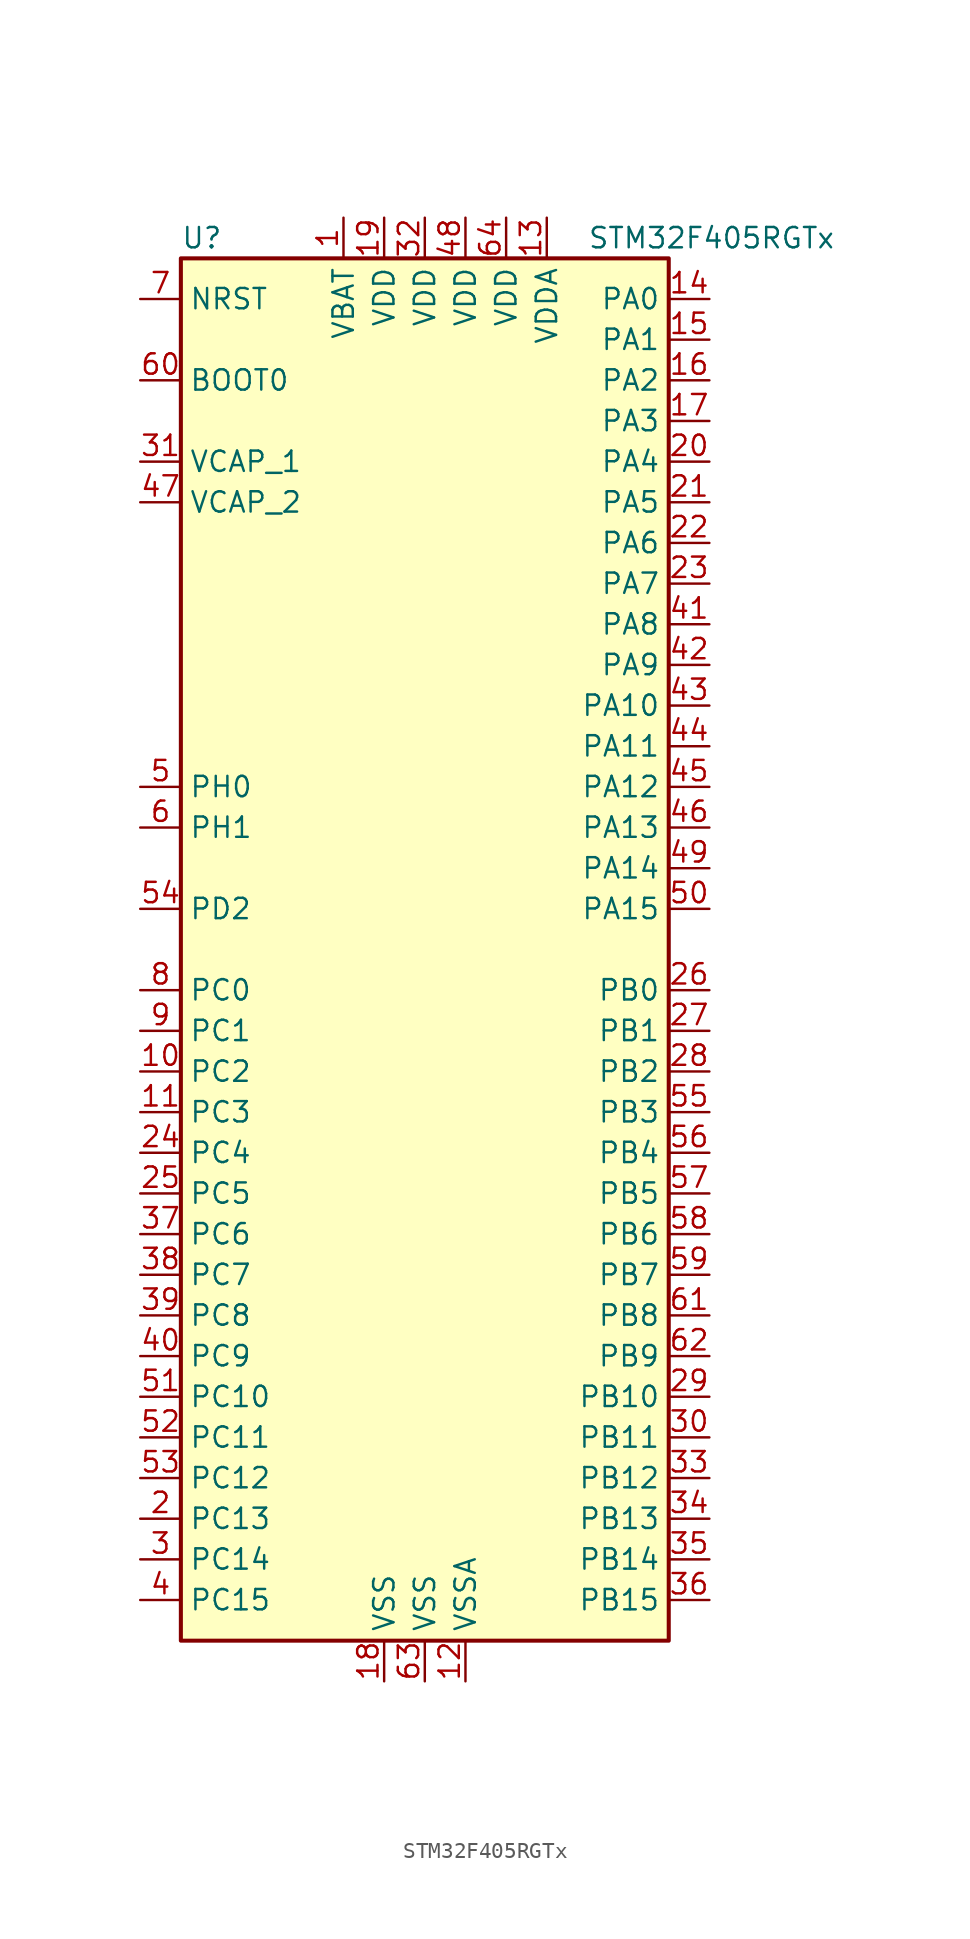
<source format=kicad_sym>
(kicad_symbol_lib
  (version 20220914)
  (generator kicad_symbol_editor)
  (symbol "STM32F405RGTx"
    (property "Reference" "U"
      (at -15.24 44.45 0)
      (effects (font (size 1.27 1.27)) (justify left)))
    (property "Value" "STM32F405RGTx"
      (at 10.16 44.45 0)
      (effects (font (size 1.27 1.27)) (justify left)))
    (symbol "STM32F405RGTx_0_1"
      (rectangle (start -15.24 -43.18) (end 15.24 43.18) (stroke (width 0.254) (type default)) (fill (type background))))
    (symbol "STM32F405RGTx_1_1"
      (pin power_in line (at -5.08 45.72 270) (length 2.54) (name "VBAT" (effects (font (size 1.27 1.27)))) (number "1" (effects (font (size 1.27 1.27)))))
      (pin bidirectional line (at -17.78 -7.62 0) (length 2.54) (name "PC2" (effects (font (size 1.27 1.27)))) (number "10" (effects (font (size 1.27 1.27)))))
      (pin bidirectional line (at -17.78 -10.16 0) (length 2.54) (name "PC3" (effects (font (size 1.27 1.27)))) (number "11" (effects (font (size 1.27 1.27)))))
      (pin power_in line (at 2.54 -45.72 90) (length 2.54) (name "VSSA" (effects (font (size 1.27 1.27)))) (number "12" (effects (font (size 1.27 1.27)))))
      (pin power_in line (at 7.62 45.72 270) (length 2.54) (name "VDDA" (effects (font (size 1.27 1.27)))) (number "13" (effects (font (size 1.27 1.27)))))
      (pin bidirectional line (at 17.78 40.64 180) (length 2.54) (name "PA0" (effects (font (size 1.27 1.27)))) (number "14" (effects (font (size 1.27 1.27)))))
      (pin bidirectional line (at 17.78 38.1 180) (length 2.54) (name "PA1" (effects (font (size 1.27 1.27)))) (number "15" (effects (font (size 1.27 1.27)))))
      (pin bidirectional line (at 17.78 35.56 180) (length 2.54) (name "PA2" (effects (font (size 1.27 1.27)))) (number "16" (effects (font (size 1.27 1.27)))))
      (pin bidirectional line (at 17.78 33.02 180) (length 2.54) (name "PA3" (effects (font (size 1.27 1.27)))) (number "17" (effects (font (size 1.27 1.27)))))
      (pin power_in line (at -2.54 -45.72 90) (length 2.54) (name "VSS" (effects (font (size 1.27 1.27)))) (number "18" (effects (font (size 1.27 1.27)))))
      (pin power_in line (at -2.54 45.72 270) (length 2.54) (name "VDD" (effects (font (size 1.27 1.27)))) (number "19" (effects (font (size 1.27 1.27)))))
      (pin bidirectional line (at -17.78 -35.56 0) (length 2.54) (name "PC13" (effects (font (size 1.27 1.27)))) (number "2" (effects (font (size 1.27 1.27)))))
      (pin bidirectional line (at 17.78 30.48 180) (length 2.54) (name "PA4" (effects (font (size 1.27 1.27)))) (number "20" (effects (font (size 1.27 1.27)))))
      (pin bidirectional line (at 17.78 27.94 180) (length 2.54) (name "PA5" (effects (font (size 1.27 1.27)))) (number "21" (effects (font (size 1.27 1.27)))))
      (pin bidirectional line (at 17.78 25.4 180) (length 2.54) (name "PA6" (effects (font (size 1.27 1.27)))) (number "22" (effects (font (size 1.27 1.27)))))
      (pin bidirectional line (at 17.78 22.86 180) (length 2.54) (name "PA7" (effects (font (size 1.27 1.27)))) (number "23" (effects (font (size 1.27 1.27)))))
      (pin bidirectional line (at -17.78 -12.7 0) (length 2.54) (name "PC4" (effects (font (size 1.27 1.27)))) (number "24" (effects (font (size 1.27 1.27)))))
      (pin bidirectional line (at -17.78 -15.24 0) (length 2.54) (name "PC5" (effects (font (size 1.27 1.27)))) (number "25" (effects (font (size 1.27 1.27)))))
      (pin bidirectional line (at 17.78 -2.54 180) (length 2.54) (name "PB0" (effects (font (size 1.27 1.27)))) (number "26" (effects (font (size 1.27 1.27)))))
      (pin bidirectional line (at 17.78 -5.08 180) (length 2.54) (name "PB1" (effects (font (size 1.27 1.27)))) (number "27" (effects (font (size 1.27 1.27)))))
      (pin bidirectional line (at 17.78 -7.62 180) (length 2.54) (name "PB2" (effects (font (size 1.27 1.27)))) (number "28" (effects (font (size 1.27 1.27)))))
      (pin bidirectional line (at 17.78 -27.94 180) (length 2.54) (name "PB10" (effects (font (size 1.27 1.27)))) (number "29" (effects (font (size 1.27 1.27)))))
      (pin bidirectional line (at -17.78 -38.1 0) (length 2.54) (name "PC14" (effects (font (size 1.27 1.27)))) (number "3" (effects (font (size 1.27 1.27)))))
      (pin bidirectional line (at 17.78 -30.48 180) (length 2.54) (name "PB11" (effects (font (size 1.27 1.27)))) (number "30" (effects (font (size 1.27 1.27)))))
      (pin power_in line (at -17.78 30.48 0) (length 2.54) (name "VCAP_1" (effects (font (size 1.27 1.27)))) (number "31" (effects (font (size 1.27 1.27)))))
      (pin power_in line (at 0 45.72 270) (length 2.54) (name "VDD" (effects (font (size 1.27 1.27)))) (number "32" (effects (font (size 1.27 1.27)))))
      (pin bidirectional line (at 17.78 -33.02 180) (length 2.54) (name "PB12" (effects (font (size 1.27 1.27)))) (number "33" (effects (font (size 1.27 1.27)))))
      (pin bidirectional line (at 17.78 -35.56 180) (length 2.54) (name "PB13" (effects (font (size 1.27 1.27)))) (number "34" (effects (font (size 1.27 1.27)))))
      (pin bidirectional line (at 17.78 -38.1 180) (length 2.54) (name "PB14" (effects (font (size 1.27 1.27)))) (number "35" (effects (font (size 1.27 1.27)))))
      (pin bidirectional line (at 17.78 -40.64 180) (length 2.54) (name "PB15" (effects (font (size 1.27 1.27)))) (number "36" (effects (font (size 1.27 1.27)))))
      (pin bidirectional line (at -17.78 -17.78 0) (length 2.54) (name "PC6" (effects (font (size 1.27 1.27)))) (number "37" (effects (font (size 1.27 1.27)))))
      (pin bidirectional line (at -17.78 -20.32 0) (length 2.54) (name "PC7" (effects (font (size 1.27 1.27)))) (number "38" (effects (font (size 1.27 1.27)))))
      (pin bidirectional line (at -17.78 -22.86 0) (length 2.54) (name "PC8" (effects (font (size 1.27 1.27)))) (number "39" (effects (font (size 1.27 1.27)))))
      (pin bidirectional line (at -17.78 -40.64 0) (length 2.54) (name "PC15" (effects (font (size 1.27 1.27)))) (number "4" (effects (font (size 1.27 1.27)))))
      (pin bidirectional line (at -17.78 -25.4 0) (length 2.54) (name "PC9" (effects (font (size 1.27 1.27)))) (number "40" (effects (font (size 1.27 1.27)))))
      (pin bidirectional line (at 17.78 20.32 180) (length 2.54) (name "PA8" (effects (font (size 1.27 1.27)))) (number "41" (effects (font (size 1.27 1.27)))))
      (pin bidirectional line (at 17.78 17.78 180) (length 2.54) (name "PA9" (effects (font (size 1.27 1.27)))) (number "42" (effects (font (size 1.27 1.27)))))
      (pin bidirectional line (at 17.78 15.24 180) (length 2.54) (name "PA10" (effects (font (size 1.27 1.27)))) (number "43" (effects (font (size 1.27 1.27)))))
      (pin bidirectional line (at 17.78 12.7 180) (length 2.54) (name "PA11" (effects (font (size 1.27 1.27)))) (number "44" (effects (font (size 1.27 1.27)))))
      (pin bidirectional line (at 17.78 10.16 180) (length 2.54) (name "PA12" (effects (font (size 1.27 1.27)))) (number "45" (effects (font (size 1.27 1.27)))))
      (pin bidirectional line (at 17.78 7.62 180) (length 2.54) (name "PA13" (effects (font (size 1.27 1.27)))) (number "46" (effects (font (size 1.27 1.27)))))
      (pin power_in line (at -17.78 27.94 0) (length 2.54) (name "VCAP_2" (effects (font (size 1.27 1.27)))) (number "47" (effects (font (size 1.27 1.27)))))
      (pin power_in line (at 2.54 45.72 270) (length 2.54) (name "VDD" (effects (font (size 1.27 1.27)))) (number "48" (effects (font (size 1.27 1.27)))))
      (pin bidirectional line (at 17.78 5.08 180) (length 2.54) (name "PA14" (effects (font (size 1.27 1.27)))) (number "49" (effects (font (size 1.27 1.27)))))
      (pin input line (at -17.78 10.16 0) (length 2.54) (name "PH0" (effects (font (size 1.27 1.27)))) (number "5" (effects (font (size 1.27 1.27)))))
      (pin bidirectional line (at 17.78 2.54 180) (length 2.54) (name "PA15" (effects (font (size 1.27 1.27)))) (number "50" (effects (font (size 1.27 1.27)))))
      (pin bidirectional line (at -17.78 -27.94 0) (length 2.54) (name "PC10" (effects (font (size 1.27 1.27)))) (number "51" (effects (font (size 1.27 1.27)))))
      (pin bidirectional line (at -17.78 -30.48 0) (length 2.54) (name "PC11" (effects (font (size 1.27 1.27)))) (number "52" (effects (font (size 1.27 1.27)))))
      (pin bidirectional line (at -17.78 -33.02 0) (length 2.54) (name "PC12" (effects (font (size 1.27 1.27)))) (number "53" (effects (font (size 1.27 1.27)))))
      (pin bidirectional line (at -17.78 2.54 0) (length 2.54) (name "PD2" (effects (font (size 1.27 1.27)))) (number "54" (effects (font (size 1.27 1.27)))))
      (pin bidirectional line (at 17.78 -10.16 180) (length 2.54) (name "PB3" (effects (font (size 1.27 1.27)))) (number "55" (effects (font (size 1.27 1.27)))))
      (pin bidirectional line (at 17.78 -12.7 180) (length 2.54) (name "PB4" (effects (font (size 1.27 1.27)))) (number "56" (effects (font (size 1.27 1.27)))))
      (pin bidirectional line (at 17.78 -15.24 180) (length 2.54) (name "PB5" (effects (font (size 1.27 1.27)))) (number "57" (effects (font (size 1.27 1.27)))))
      (pin bidirectional line (at 17.78 -17.78 180) (length 2.54) (name "PB6" (effects (font (size 1.27 1.27)))) (number "58" (effects (font (size 1.27 1.27)))))
      (pin bidirectional line (at 17.78 -20.32 180) (length 2.54) (name "PB7" (effects (font (size 1.27 1.27)))) (number "59" (effects (font (size 1.27 1.27)))))
      (pin input line (at -17.78 7.62 0) (length 2.54) (name "PH1" (effects (font (size 1.27 1.27)))) (number "6" (effects (font (size 1.27 1.27)))))
      (pin input line (at -17.78 35.56 0) (length 2.54) (name "BOOT0" (effects (font (size 1.27 1.27)))) (number "60" (effects (font (size 1.27 1.27)))))
      (pin bidirectional line (at 17.78 -22.86 180) (length 2.54) (name "PB8" (effects (font (size 1.27 1.27)))) (number "61" (effects (font (size 1.27 1.27)))))
      (pin bidirectional line (at 17.78 -25.4 180) (length 2.54) (name "PB9" (effects (font (size 1.27 1.27)))) (number "62" (effects (font (size 1.27 1.27)))))
      (pin power_in line (at 0 -45.72 90) (length 2.54) (name "VSS" (effects (font (size 1.27 1.27)))) (number "63" (effects (font (size 1.27 1.27)))))
      (pin power_in line (at 5.08 45.72 270) (length 2.54) (name "VDD" (effects (font (size 1.27 1.27)))) (number "64" (effects (font (size 1.27 1.27)))))
      (pin input line (at -17.78 40.64 0) (length 2.54) (name "NRST" (effects (font (size 1.27 1.27)))) (number "7" (effects (font (size 1.27 1.27)))))
      (pin bidirectional line (at -17.78 -2.54 0) (length 2.54) (name "PC0" (effects (font (size 1.27 1.27)))) (number "8" (effects (font (size 1.27 1.27)))))
      (pin bidirectional line (at -17.78 -5.08 0) (length 2.54) (name "PC1" (effects (font (size 1.27 1.27)))) (number "9" (effects (font (size 1.27 1.27))))))))
</source>
